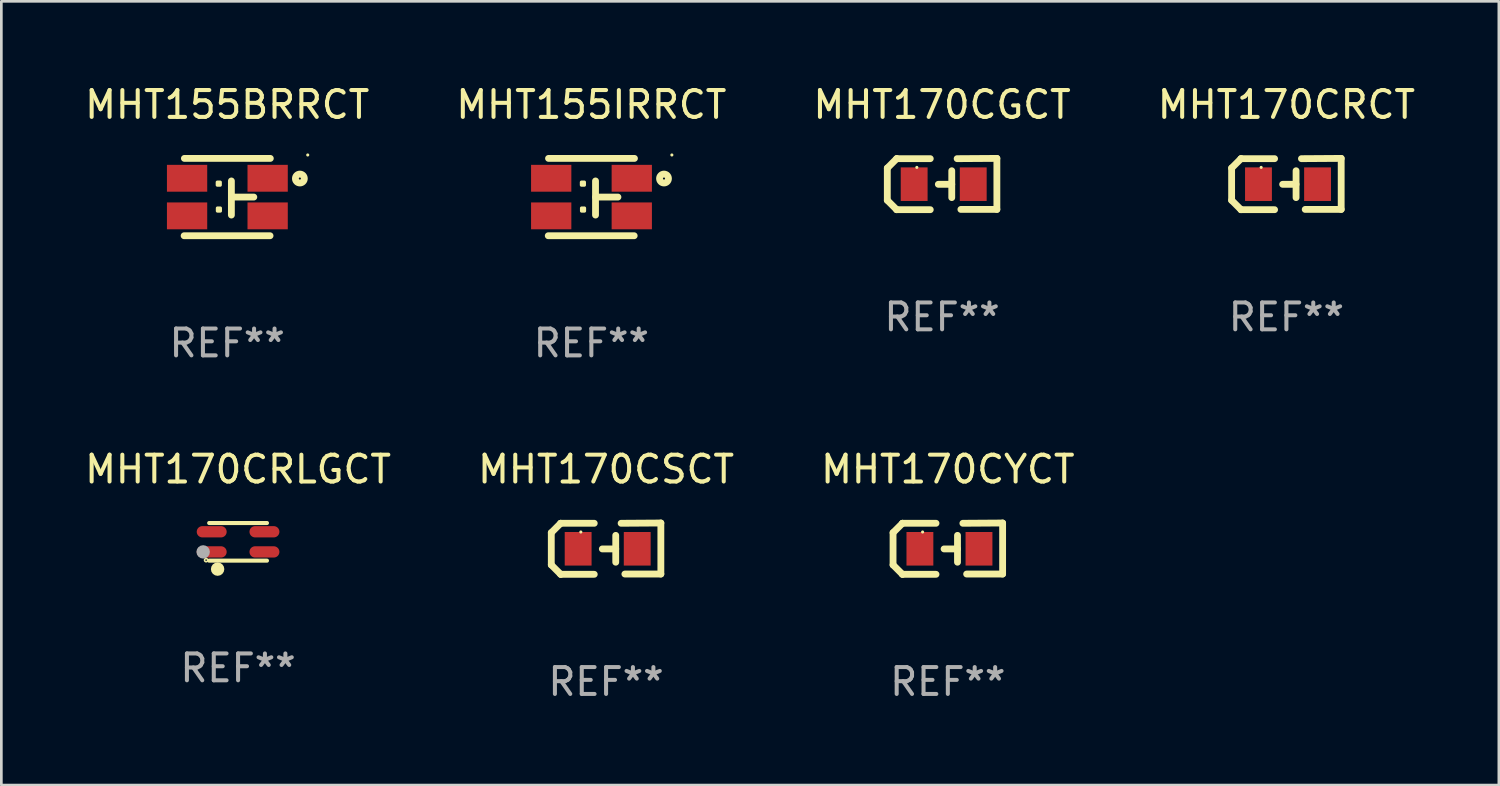
<source format=kicad_pcb>
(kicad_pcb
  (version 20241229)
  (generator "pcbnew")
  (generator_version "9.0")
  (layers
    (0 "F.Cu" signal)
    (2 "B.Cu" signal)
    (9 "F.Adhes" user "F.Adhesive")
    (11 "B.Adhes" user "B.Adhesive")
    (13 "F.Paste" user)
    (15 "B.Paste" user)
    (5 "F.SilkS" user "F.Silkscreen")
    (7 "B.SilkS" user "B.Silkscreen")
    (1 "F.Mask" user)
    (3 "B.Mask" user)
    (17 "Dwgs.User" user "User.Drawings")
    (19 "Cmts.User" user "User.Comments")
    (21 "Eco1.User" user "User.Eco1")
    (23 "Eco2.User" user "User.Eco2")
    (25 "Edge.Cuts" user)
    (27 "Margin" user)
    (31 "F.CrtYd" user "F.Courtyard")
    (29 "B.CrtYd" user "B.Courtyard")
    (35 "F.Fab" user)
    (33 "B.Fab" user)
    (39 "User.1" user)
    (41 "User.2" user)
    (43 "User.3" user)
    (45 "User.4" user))
  (footprint "MHT170CYCT"
    (layer "F.Cu")
    (at 32.244 17.38)
    (property "Reference" "MHT170CYCT" (at 0 -2.955 0) (layer "F.SilkS") (effects (font (size 1 1) (thickness 0.15))))
    (attr through_hole)
    (fp_line (start -2.04 -0.595) (end -2.04 0.605) (stroke (width 0.254) (type solid)) (layer "F.SilkS"))
    (fp_line (start -1.69 -0.945) (end -1.69 -0.945) (stroke (width 0.254) (type solid)) (layer "F.SilkS"))
    (fp_line (start -1.69 -0.945) (end -2.04 -0.595) (stroke (width 0.254) (type solid)) (layer "F.SilkS"))
    (fp_line (start -1.69 0.955) (end -2.04 0.605) (stroke (width 0.254) (type solid)) (layer "F.SilkS"))
    (fp_line (start -1.69 0.955) (end -1.69 0.955) (stroke (width 0.254) (type solid)) (layer "F.SilkS"))
    (fp_line (start -0.44 -0.945) (end -1.69 -0.945) (stroke (width 0.254) (type solid)) (layer "F.SilkS"))
    (fp_line (start -0.44 0.955) (end -1.69 0.955) (stroke (width 0.254) (type solid)) (layer "F.SilkS"))
    (fp_line (start 0.36 -0.495) (end 0.36 0.505) (stroke (width 0.254) (type solid)) (layer "F.SilkS"))
    (fp_line (start 0.36 0.01) (end -0.14 0.01) (stroke (width 0.254) (type solid)) (layer "F.SilkS"))
    (fp_line (start 0.56 -0.945) (end 2.04 -0.955) (stroke (width 0.254) (type solid)) (layer "F.SilkS"))
    (fp_line (start 0.7 0.945) (end 2.04 0.945) (stroke (width 0.254) (type solid)) (layer "F.SilkS"))
    (fp_line (start 2.04 -0.955) (end 2.04 0.945) (stroke (width 0.254) (type solid)) (layer "F.SilkS"))
    (fp_circle (center -0.94 -0.62) (end -0.91 -0.62) (stroke (width 0.06) (type solid)) (fill no) (layer "F.SilkS"))
    (fp_text user "REF**" (at 0 4.955 0) (layer "F.Fab") (effects (font (size 1 1) (thickness 0.15))))
    (pad "1" smd rect (at -1.04 0.005 180) (size 1 1.25) (layers "F.Cu" "F.Mask" "F.Paste"))
    (pad "2" smd rect (at 1.16 0.005 180) (size 1 1.25) (layers "F.Cu" "F.Mask" "F.Paste")))
  (footprint "MHT170CGCT"
    (layer "F.Cu")
    (at 32.03 3.803)
    (property "Reference" "MHT170CGCT" (at 0 -2.955 0) (layer "F.SilkS") (effects (font (size 1 1) (thickness 0.15))))
    (attr through_hole)
    (fp_line (start -2.04 -0.595) (end -2.04 0.605) (stroke (width 0.254) (type solid)) (layer "F.SilkS"))
    (fp_line (start -1.69 -0.945) (end -1.69 -0.945) (stroke (width 0.254) (type solid)) (layer "F.SilkS"))
    (fp_line (start -1.69 -0.945) (end -2.04 -0.595) (stroke (width 0.254) (type solid)) (layer "F.SilkS"))
    (fp_line (start -1.69 0.955) (end -2.04 0.605) (stroke (width 0.254) (type solid)) (layer "F.SilkS"))
    (fp_line (start -1.69 0.955) (end -1.69 0.955) (stroke (width 0.254) (type solid)) (layer "F.SilkS"))
    (fp_line (start -0.44 -0.945) (end -1.69 -0.945) (stroke (width 0.254) (type solid)) (layer "F.SilkS"))
    (fp_line (start -0.44 0.955) (end -1.69 0.955) (stroke (width 0.254) (type solid)) (layer "F.SilkS"))
    (fp_line (start 0.36 -0.495) (end 0.36 0.505) (stroke (width 0.254) (type solid)) (layer "F.SilkS"))
    (fp_line (start 0.36 0.01) (end -0.14 0.01) (stroke (width 0.254) (type solid)) (layer "F.SilkS"))
    (fp_line (start 0.56 -0.945) (end 2.04 -0.955) (stroke (width 0.254) (type solid)) (layer "F.SilkS"))
    (fp_line (start 0.7 0.945) (end 2.04 0.945) (stroke (width 0.254) (type solid)) (layer "F.SilkS"))
    (fp_line (start 2.04 -0.955) (end 2.04 0.945) (stroke (width 0.254) (type solid)) (layer "F.SilkS"))
    (fp_circle (center -0.94 -0.62) (end -0.91 -0.62) (stroke (width 0.06) (type solid)) (fill no) (layer "F.SilkS"))
    (fp_text user "REF**" (at 0 4.955 0) (layer "F.Fab") (effects (font (size 1 1) (thickness 0.15))))
    (pad "1" smd rect (at -1.04 0.005 180) (size 1 1.25) (layers "F.Cu" "F.Mask" "F.Paste"))
    (pad "2" smd rect (at 1.16 0.005 180) (size 1 1.25) (layers "F.Cu" "F.Mask" "F.Paste")))
  (footprint "MHT170CRCT"
    (layer "F.Cu")
    (at 44.851 3.803)
    (property "Reference" "MHT170CRCT" (at 0 -2.955 0) (layer "F.SilkS") (effects (font (size 1 1) (thickness 0.15))))
    (attr through_hole)
    (fp_line (start -2.04 -0.595) (end -2.04 0.605) (stroke (width 0.254) (type solid)) (layer "F.SilkS"))
    (fp_line (start -1.69 -0.945) (end -1.69 -0.945) (stroke (width 0.254) (type solid)) (layer "F.SilkS"))
    (fp_line (start -1.69 -0.945) (end -2.04 -0.595) (stroke (width 0.254) (type solid)) (layer "F.SilkS"))
    (fp_line (start -1.69 0.955) (end -2.04 0.605) (stroke (width 0.254) (type solid)) (layer "F.SilkS"))
    (fp_line (start -1.69 0.955) (end -1.69 0.955) (stroke (width 0.254) (type solid)) (layer "F.SilkS"))
    (fp_line (start -0.44 -0.945) (end -1.69 -0.945) (stroke (width 0.254) (type solid)) (layer "F.SilkS"))
    (fp_line (start -0.44 0.955) (end -1.69 0.955) (stroke (width 0.254) (type solid)) (layer "F.SilkS"))
    (fp_line (start 0.36 -0.495) (end 0.36 0.505) (stroke (width 0.254) (type solid)) (layer "F.SilkS"))
    (fp_line (start 0.36 0.01) (end -0.14 0.01) (stroke (width 0.254) (type solid)) (layer "F.SilkS"))
    (fp_line (start 0.56 -0.945) (end 2.04 -0.955) (stroke (width 0.254) (type solid)) (layer "F.SilkS"))
    (fp_line (start 0.7 0.945) (end 2.04 0.945) (stroke (width 0.254) (type solid)) (layer "F.SilkS"))
    (fp_line (start 2.04 -0.955) (end 2.04 0.945) (stroke (width 0.254) (type solid)) (layer "F.SilkS"))
    (fp_circle (center -0.94 -0.62) (end -0.91 -0.62) (stroke (width 0.06) (type solid)) (fill no) (layer "F.SilkS"))
    (fp_text user "REF**" (at 0 4.955 0) (layer "F.Fab") (effects (font (size 1 1) (thickness 0.15))))
    (pad "1" smd rect (at -1.04 0.005 180) (size 1 1.25) (layers "F.Cu" "F.Mask" "F.Paste"))
    (pad "2" smd rect (at 1.16 0.005 180) (size 1 1.25) (layers "F.Cu" "F.Mask" "F.Paste")))
  (footprint "MHT170CRLGCT"
    (layer "F.Cu")
    (at 5.815 17.126)
    (property "Reference" "MHT170CRLGCT" (at 0 -2.701 0) (layer "F.SilkS") (effects (font (size 1 1) (thickness 0.15))))
    (attr through_hole)
    (fp_line (start 1.076 -0.701) (end -1.076 -0.701) (stroke (width 0.152) (type solid)) (layer "F.SilkS"))
    (fp_line (start 1.076 0.701) (end -1.076 0.701) (stroke (width 0.152) (type solid)) (layer "F.SilkS"))
    (fp_circle (center -1.19 0.682) (end -1.161 0.682) (stroke (width 0.06) (type solid)) (fill no) (layer "F.SilkS"))
    (fp_circle (center -0.762 1.016) (end -0.637 1.016) (stroke (width 0.25) (type solid)) (fill no) (layer "F.SilkS"))
    (fp_circle (center -1.3 0.375) (end -1.175 0.375) (stroke (width 0.25) (type solid)) (fill no) (layer "F.Fab"))
    (fp_text user "REF**" (at 0 4.701 0) (layer "F.Fab") (effects (font (size 1 1) (thickness 0.15))))
    (pad "1" smd oval (at -0.982 0.375 90) (size 0.42 1.115) (layers "F.Cu" "F.Mask" "F.Paste"))
    (pad "2" smd oval (at -0.982 -0.375 90) (size 0.42 1.115) (layers "F.Cu" "F.Mask" "F.Paste"))
    (pad "3" smd oval (at 0.982 -0.375 90) (size 0.42 1.115) (layers "F.Cu" "F.Mask" "F.Paste"))
    (pad "4" smd oval (at 0.982 0.375 90) (size 0.42 1.115) (layers "F.Cu" "F.Mask" "F.Paste")))
  (footprint "MHT155BRRCT"
    (layer "F.Cu")
    (at 5.411 4.288)
    (property "Reference" "MHT155BRRCT" (at 0 -3.44 0) (layer "F.SilkS") (effects (font (size 1 1) (thickness 0.15))))
    (attr through_hole)
    (fp_line (start -1.605 1.44) (end 1.595 1.44) (stroke (width 0.254) (type solid)) (layer "F.SilkS"))
    (fp_line (start 0.155 -0.6) (end 0.155 0.67) (stroke (width 0.254) (type solid)) (layer "F.SilkS"))
    (fp_line (start 0.99 0.000051) (end 0.16 0.000051) (stroke (width 0.254) (type solid)) (layer "F.SilkS"))
    (fp_line (start 1.605 -1.44) (end -1.595 -1.44) (stroke (width 0.254) (type solid)) (layer "F.SilkS"))
    (fp_circle (center 2.705 -0.69) (end 2.871 -0.69) (stroke (width 0.254) (type solid)) (fill no) (layer "F.SilkS"))
    (fp_circle (center 2.998 -1.567) (end 3.028 -1.567) (stroke (width 0.06) (type solid)) (fill no) (layer "F.SilkS"))
    (fp_poly (pts (xy -0.37 -0.555) (xy -0.26 -0.555) (xy -0.26 -0.445) (xy -0.37 -0.445)) (stroke (width 0.12) (type solid)) (fill yes) (layer "F.SilkS"))
    (fp_poly (pts (xy -0.365 0.41) (xy -0.255 0.41) (xy -0.255 0.52) (xy -0.365 0.52)) (stroke (width 0.12) (type solid)) (fill yes) (layer "F.SilkS"))
    (fp_text user "REF**" (at 0 5.44 0) (layer "F.Fab") (effects (font (size 1 1) (thickness 0.15))))
    (pad "1" smd rect (at 1.505 -0.7 90) (size 1 1.5) (layers "F.Cu" "F.Mask" "F.Paste"))
    (pad "2" smd rect (at 1.505 0.7 90) (size 1 1.5) (layers "F.Cu" "F.Mask" "F.Paste"))
    (pad "3" smd rect (at -1.495 0.7 90) (size 1 1.5) (layers "F.Cu" "F.Mask" "F.Paste"))
    (pad "4" smd rect (at -1.495 -0.7 90) (size 1 1.5) (layers "F.Cu" "F.Mask" "F.Paste")))
  (footprint "MHT155IRRCT"
    (layer "F.Cu")
    (at 18.97 4.288)
    (property "Reference" "MHT155IRRCT" (at 0 -3.44 0) (layer "F.SilkS") (effects (font (size 1 1) (thickness 0.15))))
    (attr through_hole)
    (fp_line (start -1.605 1.44) (end 1.595 1.44) (stroke (width 0.254) (type solid)) (layer "F.SilkS"))
    (fp_line (start 0.155 -0.6) (end 0.155 0.67) (stroke (width 0.254) (type solid)) (layer "F.SilkS"))
    (fp_line (start 0.99 0.000051) (end 0.16 0.000051) (stroke (width 0.254) (type solid)) (layer "F.SilkS"))
    (fp_line (start 1.605 -1.44) (end -1.595 -1.44) (stroke (width 0.254) (type solid)) (layer "F.SilkS"))
    (fp_circle (center 2.705 -0.69) (end 2.871 -0.69) (stroke (width 0.254) (type solid)) (fill no) (layer "F.SilkS"))
    (fp_circle (center 2.998 -1.567) (end 3.028 -1.567) (stroke (width 0.06) (type solid)) (fill no) (layer "F.SilkS"))
    (fp_poly (pts (xy -0.37 -0.555) (xy -0.26 -0.555) (xy -0.26 -0.445) (xy -0.37 -0.445)) (stroke (width 0.12) (type solid)) (fill yes) (layer "F.SilkS"))
    (fp_poly (pts (xy -0.365 0.41) (xy -0.255 0.41) (xy -0.255 0.52) (xy -0.365 0.52)) (stroke (width 0.12) (type solid)) (fill yes) (layer "F.SilkS"))
    (fp_text user "REF**" (at 0 5.44 0) (layer "F.Fab") (effects (font (size 1 1) (thickness 0.15))))
    (pad "1" smd rect (at 1.505 -0.7 90) (size 1 1.5) (layers "F.Cu" "F.Mask" "F.Paste"))
    (pad "2" smd rect (at 1.505 0.7 90) (size 1 1.5) (layers "F.Cu" "F.Mask" "F.Paste"))
    (pad "3" smd rect (at -1.495 0.7 90) (size 1 1.5) (layers "F.Cu" "F.Mask" "F.Paste"))
    (pad "4" smd rect (at -1.495 -0.7 90) (size 1 1.5) (layers "F.Cu" "F.Mask" "F.Paste")))
  (footprint "MHT170CSCT"
    (layer "F.Cu")
    (at 19.518 17.38)
    (property "Reference" "MHT170CSCT" (at 0 -2.955 0) (layer "F.SilkS") (effects (font (size 1 1) (thickness 0.15))))
    (attr through_hole)
    (fp_line (start -2.04 -0.595) (end -2.04 0.605) (stroke (width 0.254) (type solid)) (layer "F.SilkS"))
    (fp_line (start -1.69 -0.945) (end -1.69 -0.945) (stroke (width 0.254) (type solid)) (layer "F.SilkS"))
    (fp_line (start -1.69 -0.945) (end -2.04 -0.595) (stroke (width 0.254) (type solid)) (layer "F.SilkS"))
    (fp_line (start -1.69 0.955) (end -2.04 0.605) (stroke (width 0.254) (type solid)) (layer "F.SilkS"))
    (fp_line (start -1.69 0.955) (end -1.69 0.955) (stroke (width 0.254) (type solid)) (layer "F.SilkS"))
    (fp_line (start -0.44 -0.945) (end -1.69 -0.945) (stroke (width 0.254) (type solid)) (layer "F.SilkS"))
    (fp_line (start -0.44 0.955) (end -1.69 0.955) (stroke (width 0.254) (type solid)) (layer "F.SilkS"))
    (fp_line (start 0.36 -0.495) (end 0.36 0.505) (stroke (width 0.254) (type solid)) (layer "F.SilkS"))
    (fp_line (start 0.36 0.01) (end -0.14 0.01) (stroke (width 0.254) (type solid)) (layer "F.SilkS"))
    (fp_line (start 0.56 -0.945) (end 2.04 -0.955) (stroke (width 0.254) (type solid)) (layer "F.SilkS"))
    (fp_line (start 0.7 0.945) (end 2.04 0.945) (stroke (width 0.254) (type solid)) (layer "F.SilkS"))
    (fp_line (start 2.04 -0.955) (end 2.04 0.945) (stroke (width 0.254) (type solid)) (layer "F.SilkS"))
    (fp_circle (center -0.94 -0.62) (end -0.91 -0.62) (stroke (width 0.06) (type solid)) (fill no) (layer "F.SilkS"))
    (fp_text user "REF**" (at 0 4.955 0) (layer "F.Fab") (effects (font (size 1 1) (thickness 0.15))))
    (pad "1" smd rect (at -1.04 0.005 180) (size 1 1.25) (layers "F.Cu" "F.Mask" "F.Paste"))
    (pad "2" smd rect (at 1.16 0.005 180) (size 1 1.25) (layers "F.Cu" "F.Mask" "F.Paste")))
  (gr_rect
    (start -3 -3)
    (end 52.762 26.183)
    (stroke (width 0.1) (type default))
    (fill no)
    (layer "Edge.Cuts")))
</source>
